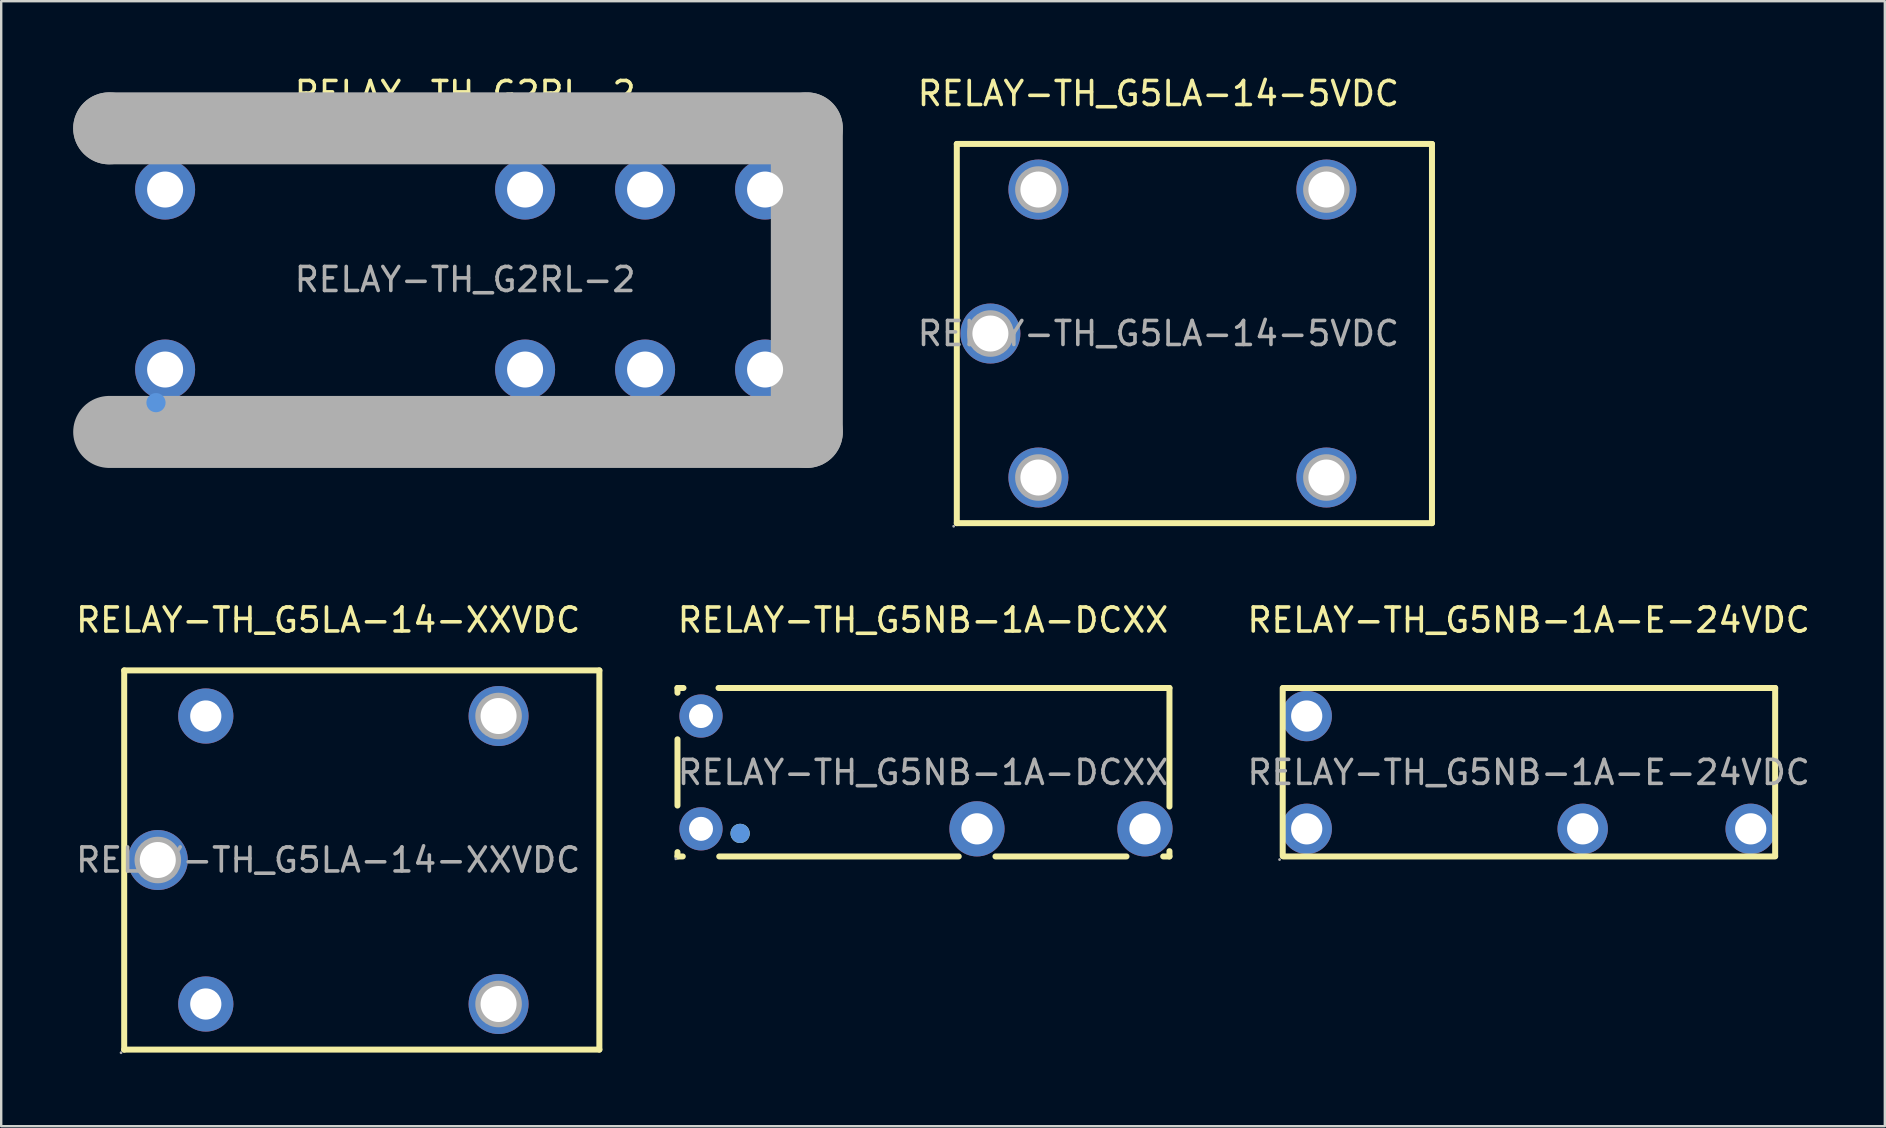
<source format=kicad_pcb>
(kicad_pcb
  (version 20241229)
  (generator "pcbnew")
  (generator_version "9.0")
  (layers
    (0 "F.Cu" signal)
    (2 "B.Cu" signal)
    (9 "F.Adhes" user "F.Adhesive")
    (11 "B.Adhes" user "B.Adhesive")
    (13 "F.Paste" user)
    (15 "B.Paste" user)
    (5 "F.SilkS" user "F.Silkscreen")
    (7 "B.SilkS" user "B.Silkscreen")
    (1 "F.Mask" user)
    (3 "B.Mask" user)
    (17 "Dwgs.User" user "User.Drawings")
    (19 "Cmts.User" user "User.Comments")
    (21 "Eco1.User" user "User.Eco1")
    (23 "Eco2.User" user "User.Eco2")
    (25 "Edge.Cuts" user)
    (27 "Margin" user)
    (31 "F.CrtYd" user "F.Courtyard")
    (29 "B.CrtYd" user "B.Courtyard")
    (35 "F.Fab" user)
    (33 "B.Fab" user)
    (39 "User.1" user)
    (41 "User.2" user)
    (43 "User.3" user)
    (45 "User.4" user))
  (footprint "RELAY-TH_G5NB-1A-E-24VDC"
    (layer "F.Cu")
    (at 60.649 29.137)
    (property "Reference" "RELAY-TH_G5NB-1A-E-24VDC" (at 0 -6.35 0) (layer "F.SilkS") (effects (font (size 1 1) (thickness 0.15))))
    (attr through_hole)
    (fp_line (start -10.25 -3.52) (end -10.25 3.48) (stroke (width 0.25) (type solid)) (layer "F.SilkS"))
    (fp_line (start -10.23 -3.52) (end 10.27 -3.52) (stroke (width 0.25) (type solid)) (layer "F.SilkS"))
    (fp_line (start -10.23 3.5) (end 10.27 3.5) (stroke (width 0.25) (type solid)) (layer "F.SilkS"))
    (fp_line (start 10.27 -3.52) (end 10.27 3.48) (stroke (width 0.25) (type solid)) (layer "F.SilkS"))
    (fp_circle (center -10.38 3.63) (end -10.35 3.63) (stroke (width 0.06) (type solid)) (fill no) (layer "F.Fab"))
    (fp_circle (center -9.25 -2.35) (end -8.97 -2.35) (stroke (width 0.55) (type solid)) (fill no) (layer "F.Fab"))
    (fp_circle (center -9.25 2.35) (end -8.97 2.35) (stroke (width 0.55) (type solid)) (fill no) (layer "F.Fab"))
    (fp_circle (center 2.25 2.35) (end 2.53 2.35) (stroke (width 0.55) (type solid)) (fill no) (layer "F.Fab"))
    (fp_circle (center 9.25 2.35) (end 9.53 2.35) (stroke (width 0.55) (type solid)) (fill no) (layer "F.Fab"))
    (fp_text user "${REFERENCE}" (at 0 0 0) (layer "F.Fab") (effects (font (size 1 1) (thickness 0.15))))
    (pad "1" thru_hole circle (at -9.25 2.35) (size 2.1 2.1) (drill 1.3) (layers "*.Cu" "*.Paste" "*.Mask"))
    (pad "2" thru_hole circle (at 2.25 2.35) (size 2.1 2.1) (drill 1.3) (layers "*.Cu" "*.Paste" "*.Mask"))
    (pad "3" thru_hole circle (at 9.25 2.35) (size 2.1 2.1) (drill 1.3) (layers "*.Cu" "*.Paste" "*.Mask"))
    (pad "4" thru_hole circle (at -9.25 -2.35) (size 2.1 2.1) (drill 1.3) (layers "*.Cu" "*.Paste" "*.Mask")))
  (footprint "RELAY-TH_G5LA-14-5VDC"
    (layer "F.Cu")
    (at 45.219 10.848)
    (property "Reference" "RELAY-TH_G5LA-14-5VDC" (at 0 -10 0) (layer "F.SilkS") (effects (font (size 1 1) (thickness 0.15))))
    (attr through_hole)
    (fp_line (start -8.4 -7.9) (end -8.4 7.9) (stroke (width 0.25) (type solid)) (layer "F.SilkS"))
    (fp_line (start -8.4 -7.9) (end 11.4 -7.9) (stroke (width 0.25) (type solid)) (layer "F.SilkS"))
    (fp_line (start -8.4 7.9) (end 11.4 7.9) (stroke (width 0.25) (type solid)) (layer "F.SilkS"))
    (fp_line (start 11.4 -7.9) (end 11.4 7.9) (stroke (width 0.25) (type solid)) (layer "F.SilkS"))
    (fp_circle (center -8.53 8.03) (end -8.5 8.03) (stroke (width 0.06) (type solid)) (fill no) (layer "F.Fab"))
    (fp_circle (center -7 0) (end -6.68 0) (stroke (width 0.65) (type solid)) (fill no) (layer "F.Fab"))
    (fp_circle (center -5 -6) (end -4.68 -6) (stroke (width 0.65) (type solid)) (fill no) (layer "F.Fab"))
    (fp_circle (center -5 6) (end -4.68 6) (stroke (width 0.65) (type solid)) (fill no) (layer "F.Fab"))
    (fp_circle (center 7 -6) (end 7.32 -6) (stroke (width 0.65) (type solid)) (fill no) (layer "F.Fab"))
    (fp_circle (center 7 6) (end 7.32 6) (stroke (width 0.65) (type solid)) (fill no) (layer "F.Fab"))
    (fp_text user "${REFERENCE}" (at 0 0 0) (layer "F.Fab") (effects (font (size 1 1) (thickness 0.15))))
    (pad "1" thru_hole circle (at -7 0) (size 2.5 2.5) (drill 1.5) (layers "*.Cu" "*.Paste" "*.Mask"))
    (pad "2" thru_hole circle (at -5 6) (size 2.5 2.5) (drill 1.5) (layers "*.Cu" "*.Paste" "*.Mask"))
    (pad "3" thru_hole circle (at 7 6) (size 2.5 2.5) (drill 1.5) (layers "*.Cu" "*.Paste" "*.Mask"))
    (pad "4" thru_hole circle (at 7 -6) (size 2.5 2.5) (drill 1.5) (layers "*.Cu" "*.Paste" "*.Mask"))
    (pad "5" thru_hole circle (at -5 -6) (size 2.5 2.5) (drill 1.5) (layers "*.Cu" "*.Paste" "*.Mask")))
  (footprint "RELAY-TH_G2RL-2"
    (layer "F.Cu")
    (at 16.33 8.598)
    (property "Reference" "RELAY-TH_G2RL-2" (at 0 -7.75 0) (layer "F.SilkS") (effects (font (size 1 1) (thickness 0.15))))
    (attr through_hole)
    (fp_arc (start -13.9 5.46) (mid -14.420144 5.444993) (end -13.899808 5.450012) (stroke (width 0.25) (type solid)) (layer "F.SilkS"))
    (fp_circle (center -12.88 5.13) (end -12.68 5.13) (stroke (width 0.4) (type solid)) (fill no) (layer "Cmts.User"))
    (fp_line (start -14.83 -6.3) (end -14.83 -6.3) (stroke (width 3) (type solid)) (layer "F.Fab"))
    (fp_line (start -14.83 -6.3) (end 14.24 -6.3) (stroke (width 3) (type solid)) (layer "F.Fab"))
    (fp_line (start 14.24 -6.3) (end 14.24 6.35) (stroke (width 3) (type solid)) (layer "F.Fab"))
    (fp_line (start 14.24 6.35) (end -14.83 6.35) (stroke (width 3) (type solid)) (layer "F.Fab"))
    (fp_circle (center -14.8 6.3) (end -14.77 6.3) (stroke (width 0.06) (type solid)) (fill no) (layer "F.Fab"))
    (fp_text user "${REFERENCE}" (at 0 0 0) (layer "F.Fab") (effects (font (size 1 1) (thickness 0.15))))
    (pad "1" thru_hole circle (at -12.5 3.75) (size 2.5 2.5) (drill 1.5) (layers "*.Cu" "*.Paste" "*.Mask"))
    (pad "2" thru_hole circle (at 2.5 3.75) (size 2.5 2.5) (drill 1.5) (layers "*.Cu" "*.Paste" "*.Mask"))
    (pad "3" thru_hole circle (at 7.5 3.75) (size 2.5 2.5) (drill 1.5) (layers "*.Cu" "*.Paste" "*.Mask"))
    (pad "4" thru_hole circle (at 12.5 3.75) (size 2.5 2.5) (drill 1.5) (layers "*.Cu" "*.Paste" "*.Mask"))
    (pad "5" thru_hole circle (at 12.5 -3.75) (size 2.5 2.5) (drill 1.5) (layers "*.Cu" "*.Paste" "*.Mask"))
    (pad "6" thru_hole circle (at 7.5 -3.75) (size 2.5 2.5) (drill 1.5) (layers "*.Cu" "*.Paste" "*.Mask"))
    (pad "7" thru_hole circle (at 2.5 -3.75) (size 2.5 2.5) (drill 1.5) (layers "*.Cu" "*.Paste" "*.Mask"))
    (pad "8" thru_hole circle (at -12.5 -3.75) (size 2.5 2.5) (drill 1.5) (layers "*.Cu" "*.Paste" "*.Mask")))
  (footprint "RELAY-TH_G5LA-14-XXVDC"
    (layer "F.Cu")
    (at 10.625 32.786)
    (property "Reference" "RELAY-TH_G5LA-14-XXVDC" (at 0 -10 0) (layer "F.SilkS") (effects (font (size 1 1) (thickness 0.15))))
    (attr through_hole)
    (fp_line (start -8.5 -7.9) (end -8.5 7.9) (stroke (width 0.25) (type solid)) (layer "F.SilkS"))
    (fp_line (start -8.5 -7.9) (end 11.3 -7.9) (stroke (width 0.25) (type solid)) (layer "F.SilkS"))
    (fp_line (start -8.5 7.9) (end 11.3 7.9) (stroke (width 0.25) (type solid)) (layer "F.SilkS"))
    (fp_line (start 11.3 -7.9) (end 11.3 7.9) (stroke (width 0.25) (type solid)) (layer "F.SilkS"))
    (fp_circle (center -8.63 8.03) (end -8.6 8.03) (stroke (width 0.06) (type solid)) (fill no) (layer "F.Fab"))
    (fp_circle (center -7.1 0) (end -6.78 0) (stroke (width 0.65) (type solid)) (fill no) (layer "F.Fab"))
    (fp_circle (center -5.1 -6) (end -4.82 -6) (stroke (width 0.55) (type solid)) (fill no) (layer "F.Fab"))
    (fp_circle (center -5.1 6) (end -4.82 6) (stroke (width 0.55) (type solid)) (fill no) (layer "F.Fab"))
    (fp_circle (center 7.1 -6) (end 7.42 -6) (stroke (width 0.65) (type solid)) (fill no) (layer "F.Fab"))
    (fp_circle (center 7.1 6) (end 7.42 6) (stroke (width 0.65) (type solid)) (fill no) (layer "F.Fab"))
    (fp_text user "${REFERENCE}" (at 0 0 0) (layer "F.Fab") (effects (font (size 1 1) (thickness 0.15))))
    (pad "1" thru_hole circle (at -7.1 0) (size 2.5 2.5) (drill 1.5) (layers "*.Cu" "*.Paste" "*.Mask"))
    (pad "2" thru_hole circle (at -5.1 6) (size 2.3 2.3) (drill 1.3) (layers "*.Cu" "*.Paste" "*.Mask"))
    (pad "3" thru_hole circle (at 7.1 6) (size 2.5 2.5) (drill 1.5) (layers "*.Cu" "*.Paste" "*.Mask"))
    (pad "4" thru_hole circle (at 7.1 -6) (size 2.5 2.5) (drill 1.5) (layers "*.Cu" "*.Paste" "*.Mask"))
    (pad "5" thru_hole circle (at -5.1 -6) (size 2.3 2.3) (drill 1.3) (layers "*.Cu" "*.Paste" "*.Mask")))
  (footprint "RELAY-TH_G5NB-1A-DCXX"
    (layer "F.Cu")
    (at 35.41 29.137)
    (property "Reference" "RELAY-TH_G5NB-1A-DCXX" (at 0 -6.35 0) (layer "F.SilkS") (effects (font (size 1 1) (thickness 0.15))))
    (attr through_hole)
    (fp_line (start -10.23 -3.52) (end -10.23 -3.32) (stroke (width 0.25) (type solid)) (layer "F.SilkS"))
    (fp_line (start -10.23 -3.52) (end -9.98 -3.52) (stroke (width 0.25) (type solid)) (layer "F.SilkS"))
    (fp_line (start -10.23 -1.38) (end -10.23 1.38) (stroke (width 0.25) (type solid)) (layer "F.SilkS"))
    (fp_line (start -10.23 3.5) (end -10.23 3.32) (stroke (width 0.25) (type solid)) (layer "F.SilkS"))
    (fp_line (start -10.01 3.5) (end -10.23 3.5) (stroke (width 0.25) (type solid)) (layer "F.SilkS"))
    (fp_line (start -8.52 -3.52) (end 10.27 -3.52) (stroke (width 0.25) (type solid)) (layer "F.SilkS"))
    (fp_line (start 1.49 3.5) (end -8.49 3.5) (stroke (width 0.25) (type solid)) (layer "F.SilkS"))
    (fp_line (start 8.48 3.5) (end 3.02 3.5) (stroke (width 0.25) (type solid)) (layer "F.SilkS"))
    (fp_line (start 10.27 -3.52) (end 10.27 1.42) (stroke (width 0.25) (type solid)) (layer "F.SilkS"))
    (fp_line (start 10.27 3.28) (end 10.27 3.5) (stroke (width 0.25) (type solid)) (layer "F.SilkS"))
    (fp_line (start 10.27 3.5) (end 10.01 3.5) (stroke (width 0.25) (type solid)) (layer "F.SilkS"))
    (fp_circle (center -7.62 2.54) (end -7.42 2.54) (stroke (width 0.4) (type solid)) (fill no) (layer "F.SilkS"))
    (fp_circle (center -7.62 2.54) (end -7.42 2.54) (stroke (width 0.4) (type solid)) (fill no) (layer "Cmts.User"))
    (fp_circle (center -10.3 3.6) (end -10.27 3.6) (stroke (width 0.06) (type solid)) (fill no) (layer "F.Fab"))
    (fp_text user "${REFERENCE}" (at 0 0 0) (layer "F.Fab") (effects (font (size 1 1) (thickness 0.15))))
    (pad "1" thru_hole circle (at -9.25 2.35) (size 1.8 1.8) (drill 1) (layers "*.Cu" "*.Paste" "*.Mask"))
    (pad "2" thru_hole circle (at 2.25 2.35) (size 2.3 2.3) (drill 1.3) (layers "*.Cu" "*.Paste" "*.Mask"))
    (pad "3" thru_hole circle (at 9.25 2.35) (size 2.3 2.3) (drill 1.3) (layers "*.Cu" "*.Paste" "*.Mask"))
    (pad "4" thru_hole circle (at -9.25 -2.35) (size 1.8 1.8) (drill 1) (layers "*.Cu" "*.Paste" "*.Mask")))
  (gr_rect
    (start -3 -3)
    (end 75.489 43.877)
    (stroke (width 0.1) (type default))
    (fill no)
    (layer "Edge.Cuts")))
</source>
